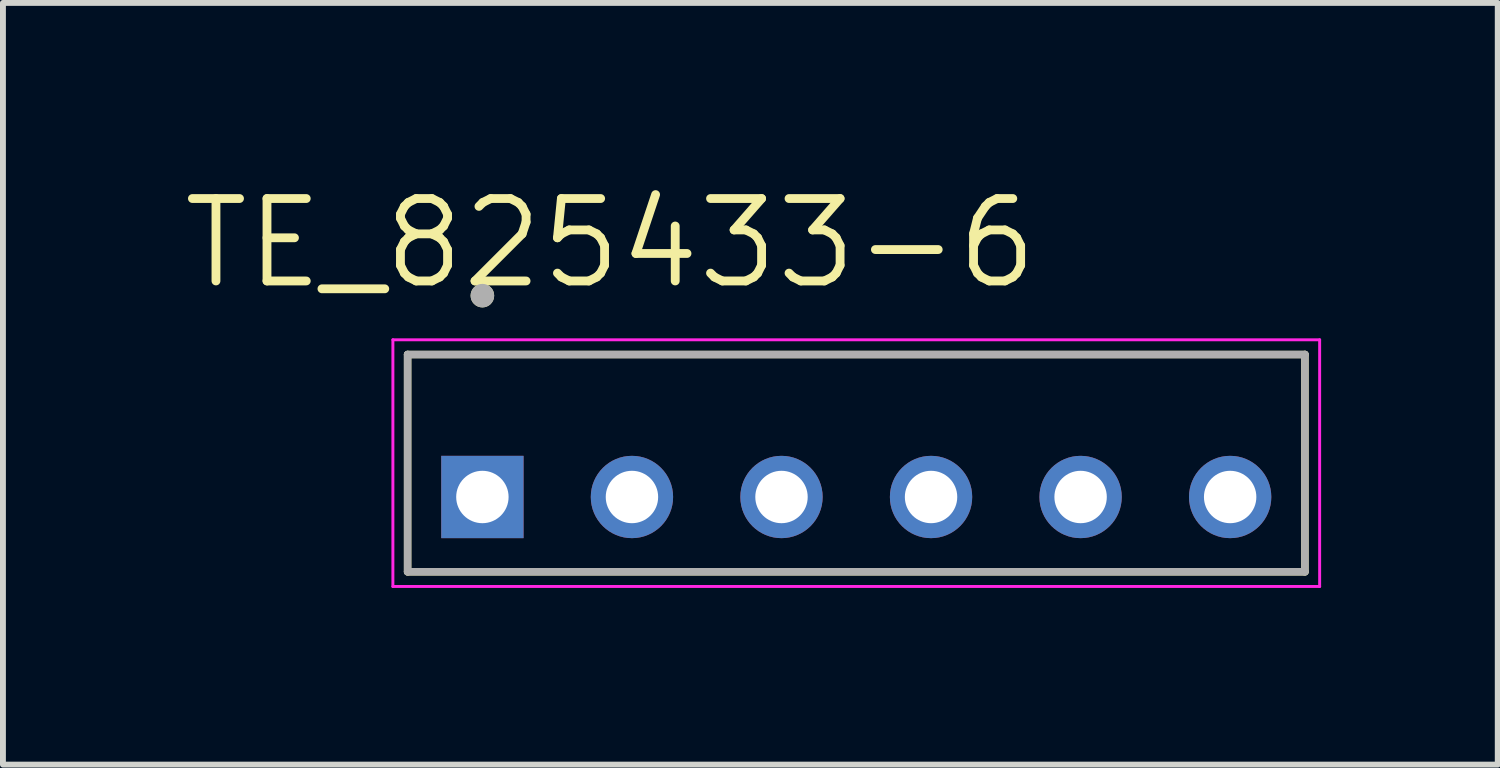
<source format=kicad_pcb>
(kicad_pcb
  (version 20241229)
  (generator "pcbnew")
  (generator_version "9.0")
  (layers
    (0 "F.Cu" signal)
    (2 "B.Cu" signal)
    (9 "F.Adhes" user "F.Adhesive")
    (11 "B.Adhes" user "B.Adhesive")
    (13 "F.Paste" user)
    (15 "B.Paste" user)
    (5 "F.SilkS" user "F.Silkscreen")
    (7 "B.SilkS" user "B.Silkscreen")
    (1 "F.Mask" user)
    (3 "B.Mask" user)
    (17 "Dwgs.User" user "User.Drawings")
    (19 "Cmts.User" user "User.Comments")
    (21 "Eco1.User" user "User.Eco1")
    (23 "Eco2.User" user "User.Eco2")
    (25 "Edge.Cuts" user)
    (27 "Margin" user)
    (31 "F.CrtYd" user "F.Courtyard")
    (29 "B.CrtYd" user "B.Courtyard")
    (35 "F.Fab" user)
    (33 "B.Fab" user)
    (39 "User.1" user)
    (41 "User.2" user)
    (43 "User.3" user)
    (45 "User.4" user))
  (footprint "TE_825433-6"
    (layer "F.Cu")
    (at 11.493 5.391)
    (property "Reference" "TE_825433-6" (at -4.175 -4.309 0) (layer "F.SilkS") (effects (font (size 1.4 1.4) (thickness 0.15))))
    (attr through_hole)
    (fp_line (start -7.62 -2.42) (end 7.62 -2.42) (stroke (width 0.127) (type solid)) (layer "F.SilkS"))
    (fp_line (start -7.62 1.27) (end -7.62 -2.42) (stroke (width 0.127) (type solid)) (layer "F.SilkS"))
    (fp_line (start 7.62 -2.42) (end 7.62 1.27) (stroke (width 0.127) (type solid)) (layer "F.SilkS"))
    (fp_line (start 7.62 1.27) (end -7.62 1.27) (stroke (width 0.127) (type solid)) (layer "F.SilkS"))
    (fp_circle (center -6.35 -3.42) (end -6.25 -3.42) (stroke (width 0.2) (type solid)) (fill no) (layer "F.SilkS"))
    (fp_line (start -7.87 -2.67) (end 7.87 -2.67) (stroke (width 0.05) (type solid)) (layer "F.CrtYd"))
    (fp_line (start -7.87 1.52) (end -7.87 -2.67) (stroke (width 0.05) (type solid)) (layer "F.CrtYd"))
    (fp_line (start 7.87 -2.67) (end 7.87 1.52) (stroke (width 0.05) (type solid)) (layer "F.CrtYd"))
    (fp_line (start 7.87 1.52) (end -7.87 1.52) (stroke (width 0.05) (type solid)) (layer "F.CrtYd"))
    (fp_line (start -7.62 -2.42) (end 7.62 -2.42) (stroke (width 0.127) (type solid)) (layer "F.Fab"))
    (fp_line (start -7.62 1.27) (end -7.62 -2.42) (stroke (width 0.127) (type solid)) (layer "F.Fab"))
    (fp_line (start 7.62 -2.42) (end 7.62 1.27) (stroke (width 0.127) (type solid)) (layer "F.Fab"))
    (fp_line (start 7.62 1.27) (end -7.62 1.27) (stroke (width 0.127) (type solid)) (layer "F.Fab"))
    (fp_circle (center -6.35 -3.42) (end -6.25 -3.42) (stroke (width 0.2) (type solid)) (fill no) (layer "F.Fab"))
    (pad "1" thru_hole rect (at -6.35 0) (size 1.398 1.398) (drill 0.89) (layers "*.Cu" "*.Mask"))
    (pad "2" thru_hole circle (at -3.81 0) (size 1.398 1.398) (drill 0.89) (layers "*.Cu" "*.Mask"))
    (pad "3" thru_hole circle (at -1.27 0) (size 1.398 1.398) (drill 0.89) (layers "*.Cu" "*.Mask"))
    (pad "4" thru_hole circle (at 1.27 0) (size 1.398 1.398) (drill 0.89) (layers "*.Cu" "*.Mask"))
    (pad "5" thru_hole circle (at 3.81 0) (size 1.398 1.398) (drill 0.89) (layers "*.Cu" "*.Mask"))
    (pad "6" thru_hole circle (at 6.35 0) (size 1.398 1.398) (drill 0.89) (layers "*.Cu" "*.Mask")))
  (gr_rect
    (start -3 -3)
    (end 22.388 9.936)
    (stroke (width 0.1) (type default))
    (fill no)
    (layer "Edge.Cuts")))
</source>
